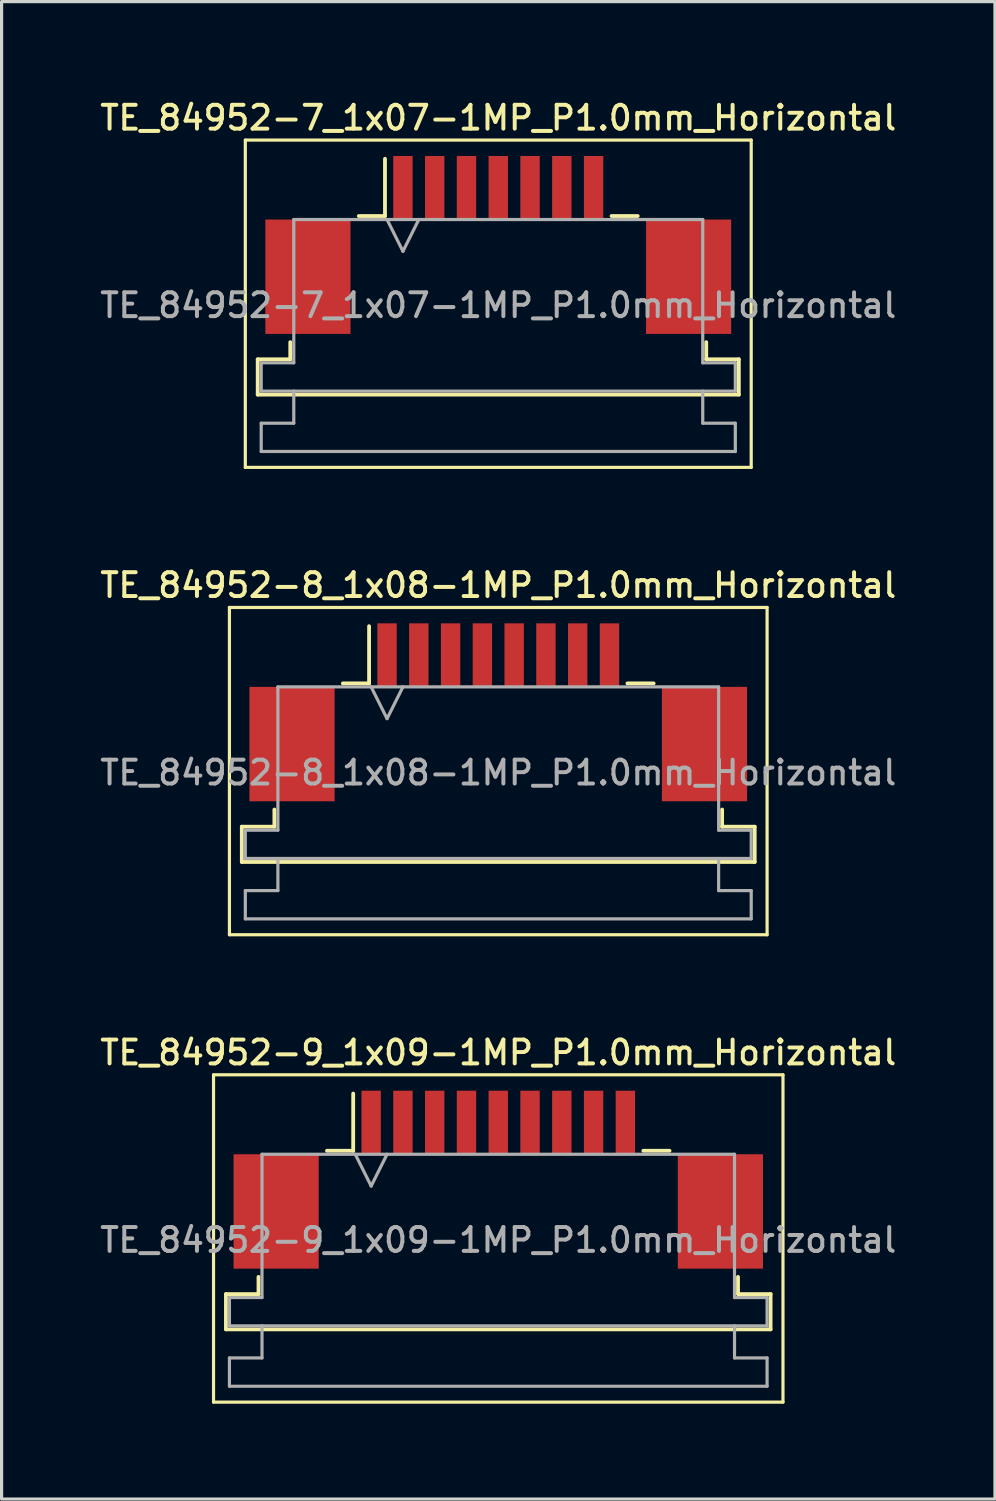
<source format=kicad_pcb>
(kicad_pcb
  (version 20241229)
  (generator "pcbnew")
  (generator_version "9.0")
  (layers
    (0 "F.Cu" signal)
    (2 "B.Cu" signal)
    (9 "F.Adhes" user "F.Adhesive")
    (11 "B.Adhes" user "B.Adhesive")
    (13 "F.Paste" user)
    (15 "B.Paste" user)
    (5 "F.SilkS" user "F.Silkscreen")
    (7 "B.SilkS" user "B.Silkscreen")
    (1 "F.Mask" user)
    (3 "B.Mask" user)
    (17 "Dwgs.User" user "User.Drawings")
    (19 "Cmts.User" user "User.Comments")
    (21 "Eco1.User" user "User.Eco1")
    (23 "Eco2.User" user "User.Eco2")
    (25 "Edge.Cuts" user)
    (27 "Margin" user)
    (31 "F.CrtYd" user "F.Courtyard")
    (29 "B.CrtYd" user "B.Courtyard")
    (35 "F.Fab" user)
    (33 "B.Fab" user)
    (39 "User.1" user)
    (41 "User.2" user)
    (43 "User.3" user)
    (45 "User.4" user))
  (footprint "TE_84952-7_1x07-1MP_P1.0mm_Horizontal"
    (layer "F.Cu")
    (at 12.63 4.658)
    (property "Reference" "TE_84952-7_1x07-1MP_P1.0mm_Horizontal" (at 0 -4 0) (layer "F.SilkS") (effects (font (size 0.75 0.75) (thickness 0.125))))
    (attr smd)
    (fp_line (start -7.96 -3.3) (end -7.96 7) (stroke (width 0.1) (type solid)) (layer "F.SilkS"))
    (fp_line (start -7.96 7) (end 7.96 7) (stroke (width 0.1) (type solid)) (layer "F.SilkS"))
    (fp_line (start -7.57 3.6) (end -6.545 3.6) (stroke (width 0.12) (type solid)) (layer "F.SilkS"))
    (fp_line (start -7.57 4.71) (end -7.57 3.6) (stroke (width 0.12) (type solid)) (layer "F.SilkS"))
    (fp_line (start -6.545 3.6) (end -6.545 3.06) (stroke (width 0.12) (type solid)) (layer "F.SilkS"))
    (fp_line (start -4.39 -0.91) (end -3.565 -0.91) (stroke (width 0.12) (type solid)) (layer "F.SilkS"))
    (fp_line (start -3.565 -0.91) (end -3.565 -2.71) (stroke (width 0.12) (type solid)) (layer "F.SilkS"))
    (fp_line (start 3.565 -0.91) (end 4.39 -0.91) (stroke (width 0.12) (type solid)) (layer "F.SilkS"))
    (fp_line (start 6.545 3.06) (end 6.545 3.6) (stroke (width 0.12) (type solid)) (layer "F.SilkS"))
    (fp_line (start 6.545 3.6) (end 7.57 3.6) (stroke (width 0.12) (type solid)) (layer "F.SilkS"))
    (fp_line (start 7.57 3.6) (end 7.57 4.71) (stroke (width 0.12) (type solid)) (layer "F.SilkS"))
    (fp_line (start 7.57 4.71) (end -7.57 4.71) (stroke (width 0.12) (type solid)) (layer "F.SilkS"))
    (fp_line (start 7.96 -3.3) (end -7.96 -3.3) (stroke (width 0.1) (type solid)) (layer "F.SilkS"))
    (fp_line (start 7.96 7) (end 7.96 -3.3) (stroke (width 0.1) (type solid)) (layer "F.SilkS"))
    (fp_line (start -7.46 3.71) (end -6.435 3.71) (stroke (width 0.1) (type solid)) (layer "F.Fab"))
    (fp_line (start -7.46 4.6) (end -7.46 3.71) (stroke (width 0.1) (type solid)) (layer "F.Fab"))
    (fp_line (start -7.46 5.61) (end -6.435 5.61) (stroke (width 0.1) (type solid)) (layer "F.Fab"))
    (fp_line (start -7.46 6.5) (end -7.46 5.61) (stroke (width 0.1) (type solid)) (layer "F.Fab"))
    (fp_line (start -6.435 -0.8) (end 6.435 -0.8) (stroke (width 0.1) (type solid)) (layer "F.Fab"))
    (fp_line (start -6.435 3.71) (end -6.435 -0.8) (stroke (width 0.1) (type solid)) (layer "F.Fab"))
    (fp_line (start -6.435 5.61) (end -6.435 4.6) (stroke (width 0.1) (type solid)) (layer "F.Fab"))
    (fp_line (start -3.5 -0.8) (end -3 0.2) (stroke (width 0.1) (type solid)) (layer "F.Fab"))
    (fp_line (start -3 0.2) (end -2.5 -0.8) (stroke (width 0.1) (type solid)) (layer "F.Fab"))
    (fp_line (start 6.435 -0.8) (end 6.435 3.71) (stroke (width 0.1) (type solid)) (layer "F.Fab"))
    (fp_line (start 6.435 3.71) (end 7.46 3.71) (stroke (width 0.1) (type solid)) (layer "F.Fab"))
    (fp_line (start 6.435 4.6) (end 6.435 5.61) (stroke (width 0.1) (type solid)) (layer "F.Fab"))
    (fp_line (start 6.435 5.61) (end 7.46 5.61) (stroke (width 0.1) (type solid)) (layer "F.Fab"))
    (fp_line (start 7.46 3.71) (end 7.46 4.6) (stroke (width 0.1) (type solid)) (layer "F.Fab"))
    (fp_line (start 7.46 4.6) (end -7.46 4.6) (stroke (width 0.1) (type solid)) (layer "F.Fab"))
    (fp_line (start 7.46 5.61) (end 7.46 6.5) (stroke (width 0.1) (type solid)) (layer "F.Fab"))
    (fp_line (start 7.46 6.5) (end -7.46 6.5) (stroke (width 0.1) (type solid)) (layer "F.Fab"))
    (fp_text user "${REFERENCE}" (at 0 1.9 0) (layer "F.Fab") (effects (font (size 0.75 0.75) (thickness 0.125))))
    (pad "1" smd rect (at -3 -1.8) (size 0.61 2) (layers "F.Cu" "F.Mask" "F.Paste"))
    (pad "2" smd rect (at -2 -1.8) (size 0.61 2) (layers "F.Cu" "F.Mask" "F.Paste"))
    (pad "3" smd rect (at -1 -1.8) (size 0.61 2) (layers "F.Cu" "F.Mask" "F.Paste"))
    (pad "4" smd rect (at 0 -1.8) (size 0.61 2) (layers "F.Cu" "F.Mask" "F.Paste"))
    (pad "5" smd rect (at 1 -1.8) (size 0.61 2) (layers "F.Cu" "F.Mask" "F.Paste"))
    (pad "6" smd rect (at 2 -1.8) (size 0.61 2) (layers "F.Cu" "F.Mask" "F.Paste"))
    (pad "7" smd rect (at 3 -1.8) (size 0.61 2) (layers "F.Cu" "F.Mask" "F.Paste"))
    (pad "MP" smd rect (at -5.99 1) (size 2.68 3.6) (layers "F.Cu" "F.Mask" "F.Paste"))
    (pad "MP" smd rect (at 5.99 1) (size 2.68 3.6) (layers "F.Cu" "F.Mask" "F.Paste")))
  (footprint "TE_84952-9_1x09-1MP_P1.0mm_Horizontal"
    (layer "F.Cu")
    (at 12.63 34.074)
    (property "Reference" "TE_84952-9_1x09-1MP_P1.0mm_Horizontal" (at 0 -4 0) (layer "F.SilkS") (effects (font (size 0.75 0.75) (thickness 0.125))))
    (attr smd)
    (fp_line (start -8.96 -3.3) (end -8.96 7) (stroke (width 0.1) (type solid)) (layer "F.SilkS"))
    (fp_line (start -8.96 7) (end 8.96 7) (stroke (width 0.1) (type solid)) (layer "F.SilkS"))
    (fp_line (start -8.57 3.6) (end -7.545 3.6) (stroke (width 0.12) (type solid)) (layer "F.SilkS"))
    (fp_line (start -8.57 4.71) (end -8.57 3.6) (stroke (width 0.12) (type solid)) (layer "F.SilkS"))
    (fp_line (start -7.545 3.6) (end -7.545 3.06) (stroke (width 0.12) (type solid)) (layer "F.SilkS"))
    (fp_line (start -5.39 -0.91) (end -4.565 -0.91) (stroke (width 0.12) (type solid)) (layer "F.SilkS"))
    (fp_line (start -4.565 -0.91) (end -4.565 -2.71) (stroke (width 0.12) (type solid)) (layer "F.SilkS"))
    (fp_line (start 4.565 -0.91) (end 5.39 -0.91) (stroke (width 0.12) (type solid)) (layer "F.SilkS"))
    (fp_line (start 7.545 3.06) (end 7.545 3.6) (stroke (width 0.12) (type solid)) (layer "F.SilkS"))
    (fp_line (start 7.545 3.6) (end 8.57 3.6) (stroke (width 0.12) (type solid)) (layer "F.SilkS"))
    (fp_line (start 8.57 3.6) (end 8.57 4.71) (stroke (width 0.12) (type solid)) (layer "F.SilkS"))
    (fp_line (start 8.57 4.71) (end -8.57 4.71) (stroke (width 0.12) (type solid)) (layer "F.SilkS"))
    (fp_line (start 8.96 -3.3) (end -8.96 -3.3) (stroke (width 0.1) (type solid)) (layer "F.SilkS"))
    (fp_line (start 8.96 7) (end 8.96 -3.3) (stroke (width 0.1) (type solid)) (layer "F.SilkS"))
    (fp_line (start -8.46 3.71) (end -7.435 3.71) (stroke (width 0.1) (type solid)) (layer "F.Fab"))
    (fp_line (start -8.46 4.6) (end -8.46 3.71) (stroke (width 0.1) (type solid)) (layer "F.Fab"))
    (fp_line (start -8.46 5.61) (end -7.435 5.61) (stroke (width 0.1) (type solid)) (layer "F.Fab"))
    (fp_line (start -8.46 6.5) (end -8.46 5.61) (stroke (width 0.1) (type solid)) (layer "F.Fab"))
    (fp_line (start -7.435 -0.8) (end 7.435 -0.8) (stroke (width 0.1) (type solid)) (layer "F.Fab"))
    (fp_line (start -7.435 3.71) (end -7.435 -0.8) (stroke (width 0.1) (type solid)) (layer "F.Fab"))
    (fp_line (start -7.435 5.61) (end -7.435 4.6) (stroke (width 0.1) (type solid)) (layer "F.Fab"))
    (fp_line (start -4.5 -0.8) (end -4 0.2) (stroke (width 0.1) (type solid)) (layer "F.Fab"))
    (fp_line (start -4 0.2) (end -3.5 -0.8) (stroke (width 0.1) (type solid)) (layer "F.Fab"))
    (fp_line (start 7.435 -0.8) (end 7.435 3.71) (stroke (width 0.1) (type solid)) (layer "F.Fab"))
    (fp_line (start 7.435 3.71) (end 8.46 3.71) (stroke (width 0.1) (type solid)) (layer "F.Fab"))
    (fp_line (start 7.435 4.6) (end 7.435 5.61) (stroke (width 0.1) (type solid)) (layer "F.Fab"))
    (fp_line (start 7.435 5.61) (end 8.46 5.61) (stroke (width 0.1) (type solid)) (layer "F.Fab"))
    (fp_line (start 8.46 3.71) (end 8.46 4.6) (stroke (width 0.1) (type solid)) (layer "F.Fab"))
    (fp_line (start 8.46 4.6) (end -8.46 4.6) (stroke (width 0.1) (type solid)) (layer "F.Fab"))
    (fp_line (start 8.46 5.61) (end 8.46 6.5) (stroke (width 0.1) (type solid)) (layer "F.Fab"))
    (fp_line (start 8.46 6.5) (end -8.46 6.5) (stroke (width 0.1) (type solid)) (layer "F.Fab"))
    (fp_text user "${REFERENCE}" (at 0 1.9 0) (layer "F.Fab") (effects (font (size 0.75 0.75) (thickness 0.125))))
    (pad "1" smd rect (at -4 -1.8) (size 0.61 2) (layers "F.Cu" "F.Mask" "F.Paste"))
    (pad "2" smd rect (at -3 -1.8) (size 0.61 2) (layers "F.Cu" "F.Mask" "F.Paste"))
    (pad "3" smd rect (at -2 -1.8) (size 0.61 2) (layers "F.Cu" "F.Mask" "F.Paste"))
    (pad "4" smd rect (at -1 -1.8) (size 0.61 2) (layers "F.Cu" "F.Mask" "F.Paste"))
    (pad "5" smd rect (at 0 -1.8) (size 0.61 2) (layers "F.Cu" "F.Mask" "F.Paste"))
    (pad "6" smd rect (at 1 -1.8) (size 0.61 2) (layers "F.Cu" "F.Mask" "F.Paste"))
    (pad "7" smd rect (at 2 -1.8) (size 0.61 2) (layers "F.Cu" "F.Mask" "F.Paste"))
    (pad "8" smd rect (at 3 -1.8) (size 0.61 2) (layers "F.Cu" "F.Mask" "F.Paste"))
    (pad "9" smd rect (at 4 -1.8) (size 0.61 2) (layers "F.Cu" "F.Mask" "F.Paste"))
    (pad "MP" smd rect (at -6.99 1) (size 2.68 3.6) (layers "F.Cu" "F.Mask" "F.Paste"))
    (pad "MP" smd rect (at 6.99 1) (size 2.68 3.6) (layers "F.Cu" "F.Mask" "F.Paste")))
  (footprint "TE_84952-8_1x08-1MP_P1.0mm_Horizontal"
    (layer "F.Cu")
    (at 12.63 19.366)
    (property "Reference" "TE_84952-8_1x08-1MP_P1.0mm_Horizontal" (at 0 -4 0) (layer "F.SilkS") (effects (font (size 0.75 0.75) (thickness 0.125))))
    (attr smd)
    (fp_line (start -8.46 -3.3) (end -8.46 7) (stroke (width 0.1) (type solid)) (layer "F.SilkS"))
    (fp_line (start -8.46 7) (end 8.46 7) (stroke (width 0.1) (type solid)) (layer "F.SilkS"))
    (fp_line (start -8.07 3.6) (end -7.045 3.6) (stroke (width 0.12) (type solid)) (layer "F.SilkS"))
    (fp_line (start -8.07 4.71) (end -8.07 3.6) (stroke (width 0.12) (type solid)) (layer "F.SilkS"))
    (fp_line (start -7.045 3.6) (end -7.045 3.06) (stroke (width 0.12) (type solid)) (layer "F.SilkS"))
    (fp_line (start -4.89 -0.91) (end -4.065 -0.91) (stroke (width 0.12) (type solid)) (layer "F.SilkS"))
    (fp_line (start -4.065 -0.91) (end -4.065 -2.71) (stroke (width 0.12) (type solid)) (layer "F.SilkS"))
    (fp_line (start 4.065 -0.91) (end 4.89 -0.91) (stroke (width 0.12) (type solid)) (layer "F.SilkS"))
    (fp_line (start 7.045 3.06) (end 7.045 3.6) (stroke (width 0.12) (type solid)) (layer "F.SilkS"))
    (fp_line (start 7.045 3.6) (end 8.07 3.6) (stroke (width 0.12) (type solid)) (layer "F.SilkS"))
    (fp_line (start 8.07 3.6) (end 8.07 4.71) (stroke (width 0.12) (type solid)) (layer "F.SilkS"))
    (fp_line (start 8.07 4.71) (end -8.07 4.71) (stroke (width 0.12) (type solid)) (layer "F.SilkS"))
    (fp_line (start 8.46 -3.3) (end -8.46 -3.3) (stroke (width 0.1) (type solid)) (layer "F.SilkS"))
    (fp_line (start 8.46 7) (end 8.46 -3.3) (stroke (width 0.1) (type solid)) (layer "F.SilkS"))
    (fp_line (start -7.96 3.71) (end -6.935 3.71) (stroke (width 0.1) (type solid)) (layer "F.Fab"))
    (fp_line (start -7.96 4.6) (end -7.96 3.71) (stroke (width 0.1) (type solid)) (layer "F.Fab"))
    (fp_line (start -7.96 5.61) (end -6.935 5.61) (stroke (width 0.1) (type solid)) (layer "F.Fab"))
    (fp_line (start -7.96 6.5) (end -7.96 5.61) (stroke (width 0.1) (type solid)) (layer "F.Fab"))
    (fp_line (start -6.935 -0.8) (end 6.935 -0.8) (stroke (width 0.1) (type solid)) (layer "F.Fab"))
    (fp_line (start -6.935 3.71) (end -6.935 -0.8) (stroke (width 0.1) (type solid)) (layer "F.Fab"))
    (fp_line (start -6.935 5.61) (end -6.935 4.6) (stroke (width 0.1) (type solid)) (layer "F.Fab"))
    (fp_line (start -4 -0.8) (end -3.5 0.2) (stroke (width 0.1) (type solid)) (layer "F.Fab"))
    (fp_line (start -3.5 0.2) (end -3 -0.8) (stroke (width 0.1) (type solid)) (layer "F.Fab"))
    (fp_line (start 6.935 -0.8) (end 6.935 3.71) (stroke (width 0.1) (type solid)) (layer "F.Fab"))
    (fp_line (start 6.935 3.71) (end 7.96 3.71) (stroke (width 0.1) (type solid)) (layer "F.Fab"))
    (fp_line (start 6.935 4.6) (end 6.935 5.61) (stroke (width 0.1) (type solid)) (layer "F.Fab"))
    (fp_line (start 6.935 5.61) (end 7.96 5.61) (stroke (width 0.1) (type solid)) (layer "F.Fab"))
    (fp_line (start 7.96 3.71) (end 7.96 4.6) (stroke (width 0.1) (type solid)) (layer "F.Fab"))
    (fp_line (start 7.96 4.6) (end -7.96 4.6) (stroke (width 0.1) (type solid)) (layer "F.Fab"))
    (fp_line (start 7.96 5.61) (end 7.96 6.5) (stroke (width 0.1) (type solid)) (layer "F.Fab"))
    (fp_line (start 7.96 6.5) (end -7.96 6.5) (stroke (width 0.1) (type solid)) (layer "F.Fab"))
    (fp_text user "${REFERENCE}" (at 0 1.9 0) (layer "F.Fab") (effects (font (size 0.75 0.75) (thickness 0.125))))
    (pad "1" smd rect (at -3.5 -1.8) (size 0.61 2) (layers "F.Cu" "F.Mask" "F.Paste"))
    (pad "2" smd rect (at -2.5 -1.8) (size 0.61 2) (layers "F.Cu" "F.Mask" "F.Paste"))
    (pad "3" smd rect (at -1.5 -1.8) (size 0.61 2) (layers "F.Cu" "F.Mask" "F.Paste"))
    (pad "4" smd rect (at -0.5 -1.8) (size 0.61 2) (layers "F.Cu" "F.Mask" "F.Paste"))
    (pad "5" smd rect (at 0.5 -1.8) (size 0.61 2) (layers "F.Cu" "F.Mask" "F.Paste"))
    (pad "6" smd rect (at 1.5 -1.8) (size 0.61 2) (layers "F.Cu" "F.Mask" "F.Paste"))
    (pad "7" smd rect (at 2.5 -1.8) (size 0.61 2) (layers "F.Cu" "F.Mask" "F.Paste"))
    (pad "8" smd rect (at 3.5 -1.8) (size 0.61 2) (layers "F.Cu" "F.Mask" "F.Paste"))
    (pad "MP" smd rect (at -6.49 1) (size 2.68 3.6) (layers "F.Cu" "F.Mask" "F.Paste"))
    (pad "MP" smd rect (at 6.49 1) (size 2.68 3.6) (layers "F.Cu" "F.Mask" "F.Paste")))
  (gr_rect
    (start -3 -3)
    (end 28.261 44.124)
    (stroke (width 0.1) (type default))
    (fill no)
    (layer "Edge.Cuts")))
</source>
